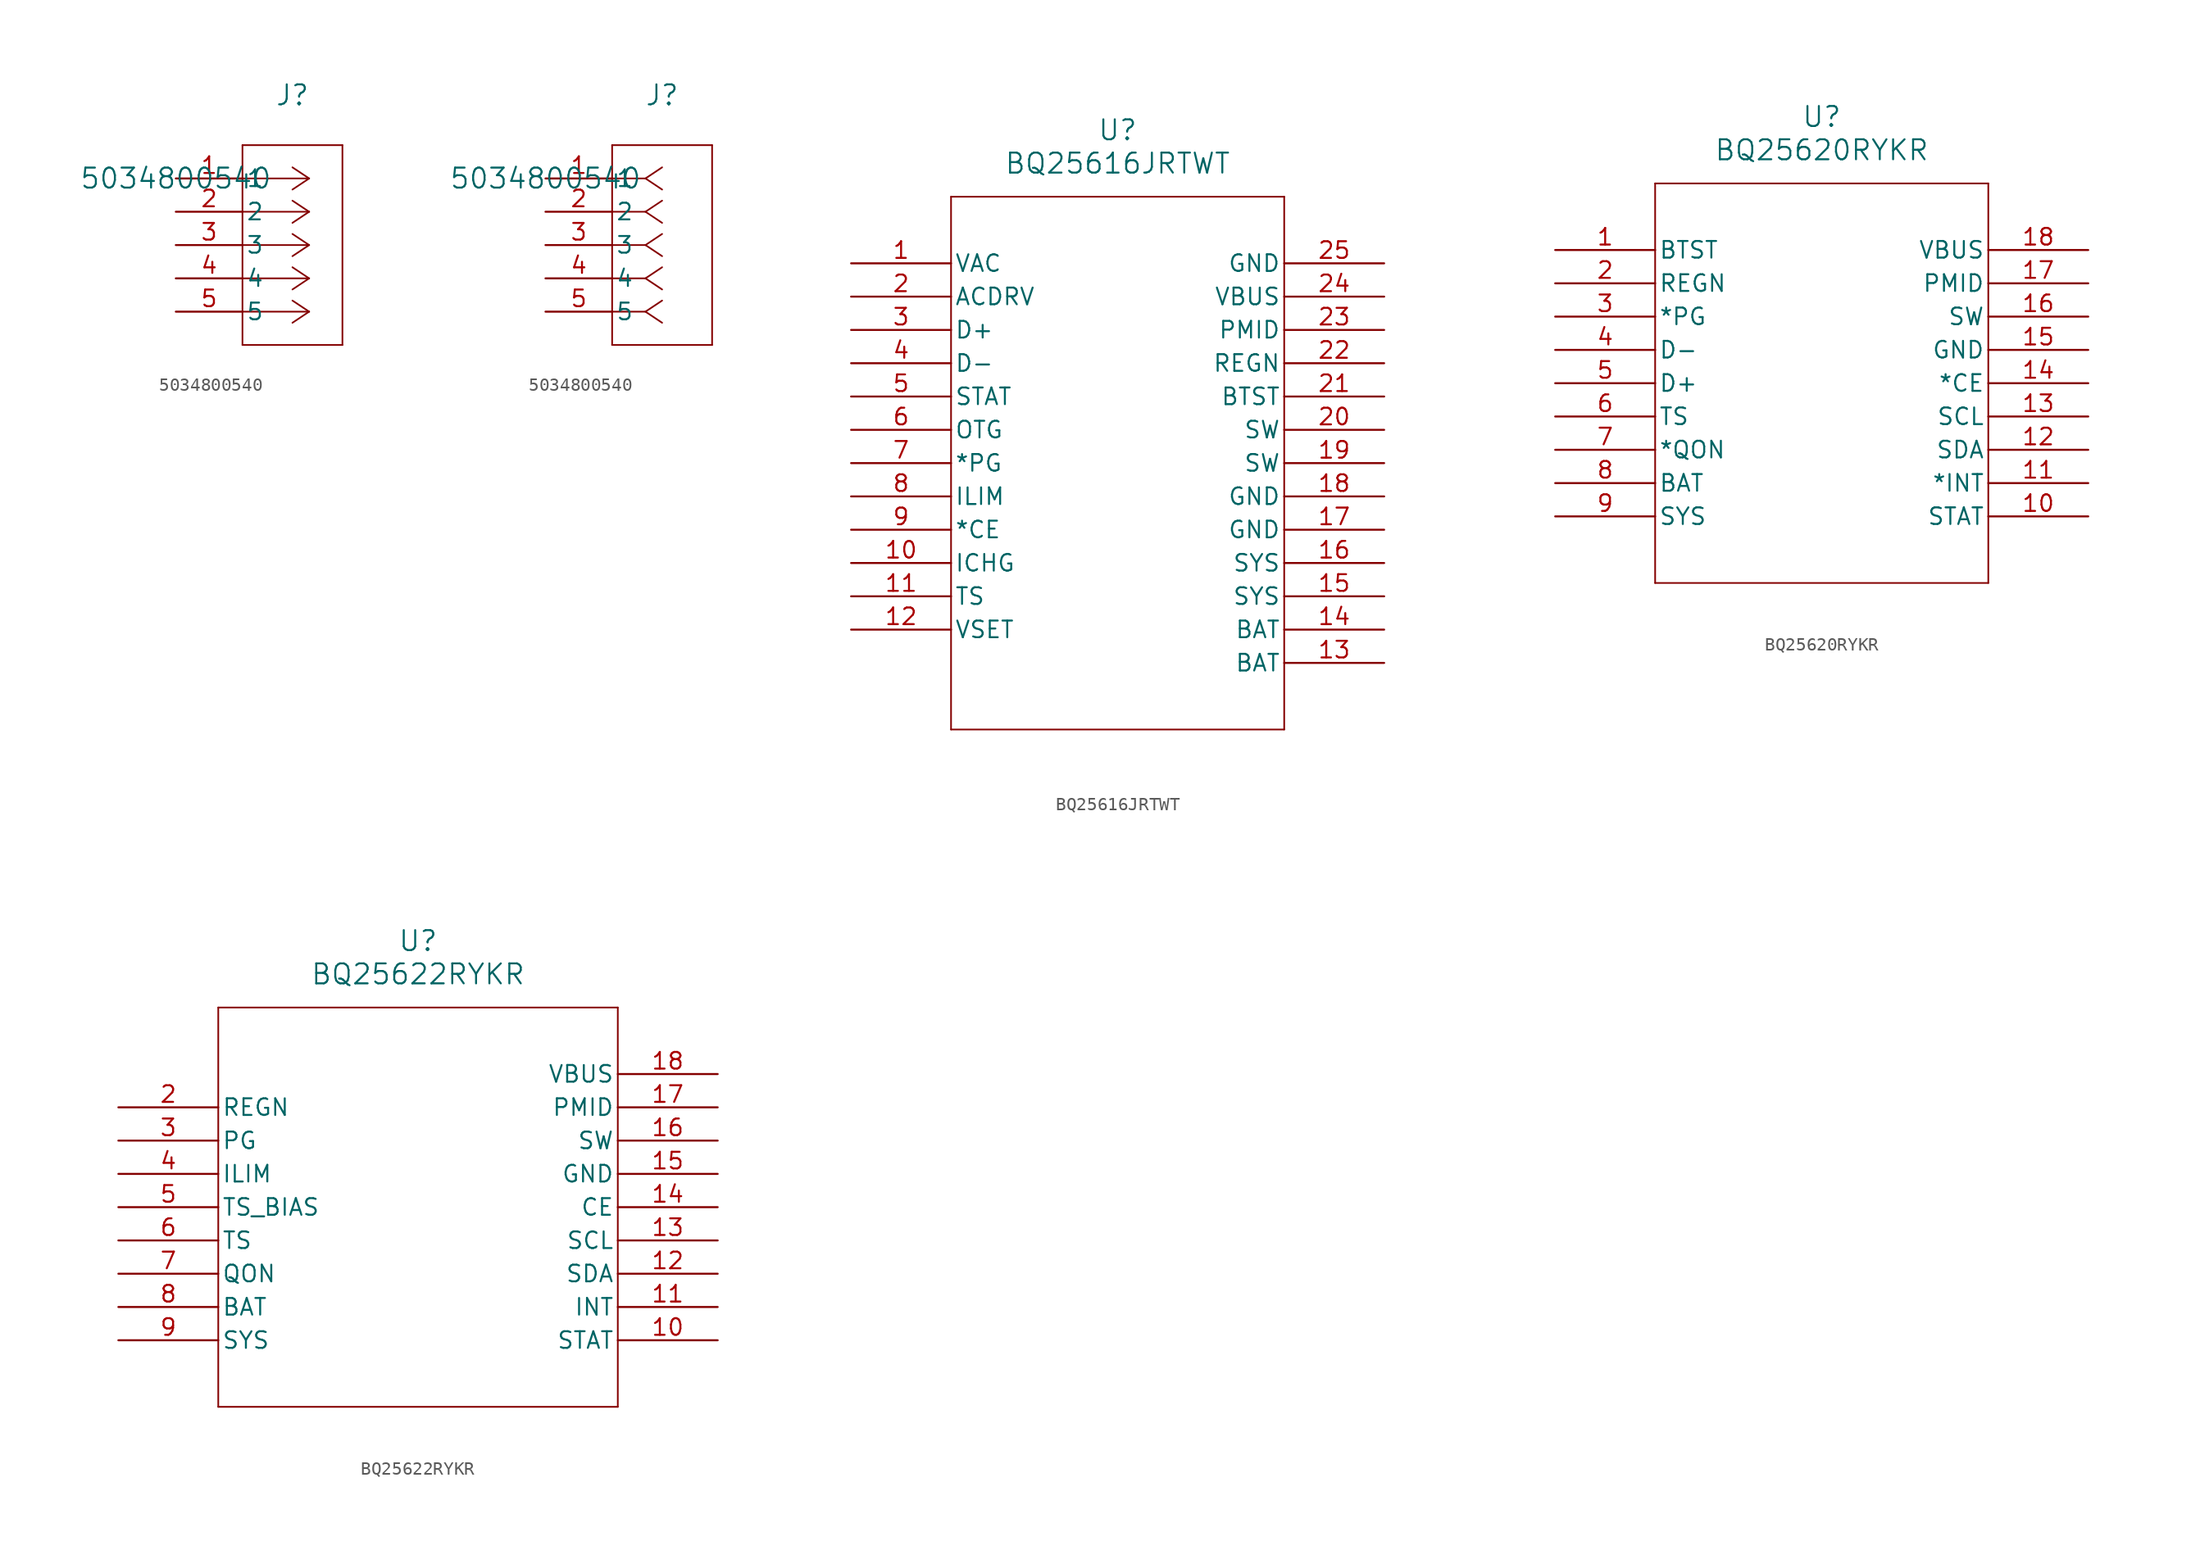
<source format=kicad_sym>
(kicad_symbol_lib
  (version 20241209)
  (generator "kicad_symbol_editor")
  (generator_version "9.0")
  (symbol "5034800540"
    (pin_names
      (offset 0.254))
    (property "Reference" "J"
      (at 8.89 6.35 0)
      (effects (font (size 1.524 1.524))))
    (property "Value" "5034800540"
      (at 0 0 0)
      (effects (font (size 1.524 1.524))))
    (property "ki_locked" ""
      (at 0 0 0)
      (effects (font (size 1.27 1.27))))
    (symbol "5034800540_1_1"
      (polyline (pts (xy 5.08 2.54) (xy 5.08 -12.7)) (stroke (width 0.127) (type default)) (fill (type none)))
      (polyline (pts (xy 5.08 -12.7) (xy 12.7 -12.7)) (stroke (width 0.127) (type default)) (fill (type none)))
      (polyline (pts (xy 10.16 0) (xy 5.08 0)) (stroke (width 0.127) (type default)) (fill (type none)))
      (polyline (pts (xy 10.16 0) (xy 8.89 0.847)) (stroke (width 0.127) (type default)) (fill (type none)))
      (polyline (pts (xy 10.16 0) (xy 8.89 -0.847)) (stroke (width 0.127) (type default)) (fill (type none)))
      (polyline (pts (xy 10.16 -2.54) (xy 5.08 -2.54)) (stroke (width 0.127) (type default)) (fill (type none)))
      (polyline (pts (xy 10.16 -2.54) (xy 8.89 -1.693)) (stroke (width 0.127) (type default)) (fill (type none)))
      (polyline (pts (xy 10.16 -2.54) (xy 8.89 -3.387)) (stroke (width 0.127) (type default)) (fill (type none)))
      (polyline (pts (xy 10.16 -5.08) (xy 5.08 -5.08)) (stroke (width 0.127) (type default)) (fill (type none)))
      (polyline (pts (xy 10.16 -5.08) (xy 8.89 -4.233)) (stroke (width 0.127) (type default)) (fill (type none)))
      (polyline (pts (xy 10.16 -5.08) (xy 8.89 -5.927)) (stroke (width 0.127) (type default)) (fill (type none)))
      (polyline (pts (xy 10.16 -7.62) (xy 5.08 -7.62)) (stroke (width 0.127) (type default)) (fill (type none)))
      (polyline (pts (xy 10.16 -7.62) (xy 8.89 -6.773)) (stroke (width 0.127) (type default)) (fill (type none)))
      (polyline (pts (xy 10.16 -7.62) (xy 8.89 -8.467)) (stroke (width 0.127) (type default)) (fill (type none)))
      (polyline (pts (xy 10.16 -10.16) (xy 5.08 -10.16)) (stroke (width 0.127) (type default)) (fill (type none)))
      (polyline (pts (xy 10.16 -10.16) (xy 8.89 -9.313)) (stroke (width 0.127) (type default)) (fill (type none)))
      (polyline (pts (xy 10.16 -10.16) (xy 8.89 -11.007)) (stroke (width 0.127) (type default)) (fill (type none)))
      (polyline (pts (xy 12.7 2.54) (xy 5.08 2.54)) (stroke (width 0.127) (type default)) (fill (type none)))
      (polyline (pts (xy 12.7 -12.7) (xy 12.7 2.54)) (stroke (width 0.127) (type default)) (fill (type none)))
      (pin unspecified line (at 0 0 0) (length 5.08) (name "1" (effects (font (size 1.27 1.27)))) (number "1" (effects (font (size 1.27 1.27)))))
      (pin unspecified line (at 0 -2.54 0) (length 5.08) (name "2" (effects (font (size 1.27 1.27)))) (number "2" (effects (font (size 1.27 1.27)))))
      (pin unspecified line (at 0 -5.08 0) (length 5.08) (name "3" (effects (font (size 1.27 1.27)))) (number "3" (effects (font (size 1.27 1.27)))))
      (pin unspecified line (at 0 -7.62 0) (length 5.08) (name "4" (effects (font (size 1.27 1.27)))) (number "4" (effects (font (size 1.27 1.27)))))
      (pin unspecified line (at 0 -10.16 0) (length 5.08) (name "5" (effects (font (size 1.27 1.27)))) (number "5" (effects (font (size 1.27 1.27))))))
    (symbol "5034800540_1_2"
      (polyline (pts (xy 5.08 2.54) (xy 5.08 -12.7)) (stroke (width 0.127) (type default)) (fill (type none)))
      (polyline (pts (xy 5.08 -12.7) (xy 12.7 -12.7)) (stroke (width 0.127) (type default)) (fill (type none)))
      (polyline (pts (xy 7.62 0) (xy 5.08 0)) (stroke (width 0.127) (type default)) (fill (type none)))
      (polyline (pts (xy 7.62 0) (xy 8.89 0.847)) (stroke (width 0.127) (type default)) (fill (type none)))
      (polyline (pts (xy 7.62 0) (xy 8.89 -0.847)) (stroke (width 0.127) (type default)) (fill (type none)))
      (polyline (pts (xy 7.62 -2.54) (xy 5.08 -2.54)) (stroke (width 0.127) (type default)) (fill (type none)))
      (polyline (pts (xy 7.62 -2.54) (xy 8.89 -1.693)) (stroke (width 0.127) (type default)) (fill (type none)))
      (polyline (pts (xy 7.62 -2.54) (xy 8.89 -3.387)) (stroke (width 0.127) (type default)) (fill (type none)))
      (polyline (pts (xy 7.62 -5.08) (xy 5.08 -5.08)) (stroke (width 0.127) (type default)) (fill (type none)))
      (polyline (pts (xy 7.62 -5.08) (xy 8.89 -4.233)) (stroke (width 0.127) (type default)) (fill (type none)))
      (polyline (pts (xy 7.62 -5.08) (xy 8.89 -5.927)) (stroke (width 0.127) (type default)) (fill (type none)))
      (polyline (pts (xy 7.62 -7.62) (xy 5.08 -7.62)) (stroke (width 0.127) (type default)) (fill (type none)))
      (polyline (pts (xy 7.62 -7.62) (xy 8.89 -6.773)) (stroke (width 0.127) (type default)) (fill (type none)))
      (polyline (pts (xy 7.62 -7.62) (xy 8.89 -8.467)) (stroke (width 0.127) (type default)) (fill (type none)))
      (polyline (pts (xy 7.62 -10.16) (xy 5.08 -10.16)) (stroke (width 0.127) (type default)) (fill (type none)))
      (polyline (pts (xy 7.62 -10.16) (xy 8.89 -9.313)) (stroke (width 0.127) (type default)) (fill (type none)))
      (polyline (pts (xy 7.62 -10.16) (xy 8.89 -11.007)) (stroke (width 0.127) (type default)) (fill (type none)))
      (polyline (pts (xy 12.7 2.54) (xy 5.08 2.54)) (stroke (width 0.127) (type default)) (fill (type none)))
      (polyline (pts (xy 12.7 -12.7) (xy 12.7 2.54)) (stroke (width 0.127) (type default)) (fill (type none)))
      (pin unspecified line (at 0 0 0) (length 5.08) (name "1" (effects (font (size 1.27 1.27)))) (number "1" (effects (font (size 1.27 1.27)))))
      (pin unspecified line (at 0 -2.54 0) (length 5.08) (name "2" (effects (font (size 1.27 1.27)))) (number "2" (effects (font (size 1.27 1.27)))))
      (pin unspecified line (at 0 -5.08 0) (length 5.08) (name "3" (effects (font (size 1.27 1.27)))) (number "3" (effects (font (size 1.27 1.27)))))
      (pin unspecified line (at 0 -7.62 0) (length 5.08) (name "4" (effects (font (size 1.27 1.27)))) (number "4" (effects (font (size 1.27 1.27)))))
      (pin unspecified line (at 0 -10.16 0) (length 5.08) (name "5" (effects (font (size 1.27 1.27)))) (number "5" (effects (font (size 1.27 1.27)))))))
  (symbol "BQ25616JRTWT"
    (pin_names
      (offset 0.254))
    (property "Reference" "U"
      (at 20.32 10.16 0)
      (effects (font (size 1.524 1.524))))
    (property "Value" "BQ25616JRTWT"
      (at 20.32 7.62 0)
      (effects (font (size 1.524 1.524))))
    (property "ki_locked" ""
      (at 0 0 0)
      (effects (font (size 1.27 1.27))))
    (symbol "BQ25616JRTWT_0_1"
      (polyline (pts (xy 7.62 5.08) (xy 7.62 -35.56)) (stroke (width 0.127) (type default)) (fill (type none)))
      (polyline (pts (xy 7.62 -35.56) (xy 33.02 -35.56)) (stroke (width 0.127) (type default)) (fill (type none)))
      (polyline (pts (xy 33.02 5.08) (xy 7.62 5.08)) (stroke (width 0.127) (type default)) (fill (type none)))
      (polyline (pts (xy 33.02 -35.56) (xy 33.02 5.08)) (stroke (width 0.127) (type default)) (fill (type none)))
      (pin power_in line (at 0 0 0) (length 7.62) (name "VAC" (effects (font (size 1.27 1.27)))) (number "1" (effects (font (size 1.27 1.27)))))
      (pin output line (at 0 -2.54 0) (length 7.62) (name "ACDRV" (effects (font (size 1.27 1.27)))) (number "2" (effects (font (size 1.27 1.27)))))
      (pin bidirectional line (at 0 -5.08 0) (length 7.62) (name "D+" (effects (font (size 1.27 1.27)))) (number "3" (effects (font (size 1.27 1.27)))))
      (pin bidirectional line (at 0 -7.62 0) (length 7.62) (name "D-" (effects (font (size 1.27 1.27)))) (number "4" (effects (font (size 1.27 1.27)))))
      (pin output line (at 0 -10.16 0) (length 7.62) (name "STAT" (effects (font (size 1.27 1.27)))) (number "5" (effects (font (size 1.27 1.27)))))
      (pin input line (at 0 -12.7 0) (length 7.62) (name "OTG" (effects (font (size 1.27 1.27)))) (number "6" (effects (font (size 1.27 1.27)))))
      (pin output line (at 0 -15.24 0) (length 7.62) (name "*PG" (effects (font (size 1.27 1.27)))) (number "7" (effects (font (size 1.27 1.27)))))
      (pin input line (at 0 -17.78 0) (length 7.62) (name "ILIM" (effects (font (size 1.27 1.27)))) (number "8" (effects (font (size 1.27 1.27)))))
      (pin input line (at 0 -20.32 0) (length 7.62) (name "*CE" (effects (font (size 1.27 1.27)))) (number "9" (effects (font (size 1.27 1.27)))))
      (pin input line (at 0 -22.86 0) (length 7.62) (name "ICHG" (effects (font (size 1.27 1.27)))) (number "10" (effects (font (size 1.27 1.27)))))
      (pin input line (at 0 -25.4 0) (length 7.62) (name "TS" (effects (font (size 1.27 1.27)))) (number "11" (effects (font (size 1.27 1.27)))))
      (pin input line (at 0 -27.94 0) (length 7.62) (name "VSET" (effects (font (size 1.27 1.27)))) (number "12" (effects (font (size 1.27 1.27)))))
      (pin power_out line (at 40.64 0 180) (length 7.62) (name "GND" (effects (font (size 1.27 1.27)))) (number "25" (effects (font (size 1.27 1.27)))))
      (pin power_in line (at 40.64 -2.54 180) (length 7.62) (name "VBUS" (effects (font (size 1.27 1.27)))) (number "24" (effects (font (size 1.27 1.27)))))
      (pin power_in line (at 40.64 -5.08 180) (length 7.62) (name "PMID" (effects (font (size 1.27 1.27)))) (number "23" (effects (font (size 1.27 1.27)))))
      (pin power_in line (at 40.64 -7.62 180) (length 7.62) (name "REGN" (effects (font (size 1.27 1.27)))) (number "22" (effects (font (size 1.27 1.27)))))
      (pin power_in line (at 40.64 -10.16 180) (length 7.62) (name "BTST" (effects (font (size 1.27 1.27)))) (number "21" (effects (font (size 1.27 1.27)))))
      (pin power_in line (at 40.64 -12.7 180) (length 7.62) (name "SW" (effects (font (size 1.27 1.27)))) (number "20" (effects (font (size 1.27 1.27)))))
      (pin power_in line (at 40.64 -15.24 180) (length 7.62) (name "SW" (effects (font (size 1.27 1.27)))) (number "19" (effects (font (size 1.27 1.27)))))
      (pin power_out line (at 40.64 -17.78 180) (length 7.62) (name "GND" (effects (font (size 1.27 1.27)))) (number "18" (effects (font (size 1.27 1.27)))))
      (pin power_out line (at 40.64 -20.32 180) (length 7.62) (name "GND" (effects (font (size 1.27 1.27)))) (number "17" (effects (font (size 1.27 1.27)))))
      (pin power_in line (at 40.64 -22.86 180) (length 7.62) (name "SYS" (effects (font (size 1.27 1.27)))) (number "16" (effects (font (size 1.27 1.27)))))
      (pin power_in line (at 40.64 -25.4 180) (length 7.62) (name "SYS" (effects (font (size 1.27 1.27)))) (number "15" (effects (font (size 1.27 1.27)))))
      (pin power_in line (at 40.64 -27.94 180) (length 7.62) (name "BAT" (effects (font (size 1.27 1.27)))) (number "14" (effects (font (size 1.27 1.27)))))
      (pin power_in line (at 40.64 -30.48 180) (length 7.62) (name "BAT" (effects (font (size 1.27 1.27)))) (number "13" (effects (font (size 1.27 1.27)))))))
  (symbol "BQ25620RYKR"
    (pin_names
      (offset 0.254))
    (property "Reference" "U"
      (at 20.32 10.16 0)
      (effects (font (size 1.524 1.524))))
    (property "Value" "BQ25620RYKR"
      (at 20.32 7.62 0)
      (effects (font (size 1.524 1.524))))
    (property "ki_locked" ""
      (at 0 0 0)
      (effects (font (size 1.27 1.27))))
    (symbol "BQ25620RYKR_0_1"
      (polyline (pts (xy 7.62 5.08) (xy 7.62 -25.4)) (stroke (width 0.127) (type default)) (fill (type none)))
      (polyline (pts (xy 7.62 -25.4) (xy 33.02 -25.4)) (stroke (width 0.127) (type default)) (fill (type none)))
      (polyline (pts (xy 33.02 5.08) (xy 7.62 5.08)) (stroke (width 0.127) (type default)) (fill (type none)))
      (polyline (pts (xy 33.02 -25.4) (xy 33.02 5.08)) (stroke (width 0.127) (type default)) (fill (type none)))
      (pin power_in line (at 0 0 0) (length 7.62) (name "BTST" (effects (font (size 1.27 1.27)))) (number "1" (effects (font (size 1.27 1.27)))))
      (pin power_in line (at 0 -2.54 0) (length 7.62) (name "REGN" (effects (font (size 1.27 1.27)))) (number "2" (effects (font (size 1.27 1.27)))))
      (pin output line (at 0 -5.08 0) (length 7.62) (name "*PG" (effects (font (size 1.27 1.27)))) (number "3" (effects (font (size 1.27 1.27)))))
      (pin bidirectional line (at 0 -7.62 0) (length 7.62) (name "D-" (effects (font (size 1.27 1.27)))) (number "4" (effects (font (size 1.27 1.27)))))
      (pin bidirectional line (at 0 -10.16 0) (length 7.62) (name "D+" (effects (font (size 1.27 1.27)))) (number "5" (effects (font (size 1.27 1.27)))))
      (pin input line (at 0 -12.7 0) (length 7.62) (name "TS" (effects (font (size 1.27 1.27)))) (number "6" (effects (font (size 1.27 1.27)))))
      (pin input line (at 0 -15.24 0) (length 7.62) (name "*QON" (effects (font (size 1.27 1.27)))) (number "7" (effects (font (size 1.27 1.27)))))
      (pin power_in line (at 0 -17.78 0) (length 7.62) (name "BAT" (effects (font (size 1.27 1.27)))) (number "8" (effects (font (size 1.27 1.27)))))
      (pin power_in line (at 0 -20.32 0) (length 7.62) (name "SYS" (effects (font (size 1.27 1.27)))) (number "9" (effects (font (size 1.27 1.27)))))
      (pin power_in line (at 40.64 0 180) (length 7.62) (name "VBUS" (effects (font (size 1.27 1.27)))) (number "18" (effects (font (size 1.27 1.27)))))
      (pin power_in line (at 40.64 -2.54 180) (length 7.62) (name "PMID" (effects (font (size 1.27 1.27)))) (number "17" (effects (font (size 1.27 1.27)))))
      (pin power_in line (at 40.64 -5.08 180) (length 7.62) (name "SW" (effects (font (size 1.27 1.27)))) (number "16" (effects (font (size 1.27 1.27)))))
      (pin power_out line (at 40.64 -7.62 180) (length 7.62) (name "GND" (effects (font (size 1.27 1.27)))) (number "15" (effects (font (size 1.27 1.27)))))
      (pin input line (at 40.64 -10.16 180) (length 7.62) (name "*CE" (effects (font (size 1.27 1.27)))) (number "14" (effects (font (size 1.27 1.27)))))
      (pin input line (at 40.64 -12.7 180) (length 7.62) (name "SCL" (effects (font (size 1.27 1.27)))) (number "13" (effects (font (size 1.27 1.27)))))
      (pin bidirectional line (at 40.64 -15.24 180) (length 7.62) (name "SDA" (effects (font (size 1.27 1.27)))) (number "12" (effects (font (size 1.27 1.27)))))
      (pin output line (at 40.64 -17.78 180) (length 7.62) (name "*INT" (effects (font (size 1.27 1.27)))) (number "11" (effects (font (size 1.27 1.27)))))
      (pin output line (at 40.64 -20.32 180) (length 7.62) (name "STAT" (effects (font (size 1.27 1.27)))) (number "10" (effects (font (size 1.27 1.27)))))))
  (symbol "BQ25622RYKR"
    (pin_names
      (offset 0.254))
    (property "Reference" "U"
      (at 22.86 10.16 0)
      (effects (font (size 1.524 1.524))))
    (property "Value" "BQ25622RYKR"
      (at 22.86 7.62 0)
      (effects (font (size 1.524 1.524))))
    (property "ki_locked" ""
      (at 0 0 0)
      (effects (font (size 1.27 1.27))))
    (symbol "BQ25622RYKR_0_1"
      (polyline (pts (xy 7.62 5.08) (xy 7.62 -25.4)) (stroke (width 0.127) (type default)) (fill (type none)))
      (polyline (pts (xy 7.62 -25.4) (xy 38.1 -25.4)) (stroke (width 0.127) (type default)) (fill (type none)))
      (polyline (pts (xy 38.1 5.08) (xy 7.62 5.08)) (stroke (width 0.127) (type default)) (fill (type none)))
      (polyline (pts (xy 38.1 -25.4) (xy 38.1 5.08)) (stroke (width 0.127) (type default)) (fill (type none)))
      (pin unspecified line (at 0 -2.54 0) (length 7.62) (name "REGN" (effects (font (size 1.27 1.27)))) (number "2" (effects (font (size 1.27 1.27)))))
      (pin unspecified line (at 0 -5.08 0) (length 7.62) (name "PG" (effects (font (size 1.27 1.27)))) (number "3" (effects (font (size 1.27 1.27)))))
      (pin unspecified line (at 0 -7.62 0) (length 7.62) (name "ILIM" (effects (font (size 1.27 1.27)))) (number "4" (effects (font (size 1.27 1.27)))))
      (pin unspecified line (at 0 -10.16 0) (length 7.62) (name "TS_BIAS" (effects (font (size 1.27 1.27)))) (number "5" (effects (font (size 1.27 1.27)))))
      (pin unspecified line (at 0 -12.7 0) (length 7.62) (name "TS" (effects (font (size 1.27 1.27)))) (number "6" (effects (font (size 1.27 1.27)))))
      (pin unspecified line (at 0 -15.24 0) (length 7.62) (name "QON" (effects (font (size 1.27 1.27)))) (number "7" (effects (font (size 1.27 1.27)))))
      (pin unspecified line (at 0 -17.78 0) (length 7.62) (name "BAT" (effects (font (size 1.27 1.27)))) (number "8" (effects (font (size 1.27 1.27)))))
      (pin unspecified line (at 0 -20.32 0) (length 7.62) (name "SYS" (effects (font (size 1.27 1.27)))) (number "9" (effects (font (size 1.27 1.27)))))
      (pin unspecified line (at 45.72 0 180) (length 7.62) (name "VBUS" (effects (font (size 1.27 1.27)))) (number "18" (effects (font (size 1.27 1.27)))))
      (pin unspecified line (at 45.72 -2.54 180) (length 7.62) (name "PMID" (effects (font (size 1.27 1.27)))) (number "17" (effects (font (size 1.27 1.27)))))
      (pin unspecified line (at 45.72 -5.08 180) (length 7.62) (name "SW" (effects (font (size 1.27 1.27)))) (number "16" (effects (font (size 1.27 1.27)))))
      (pin power_out line (at 45.72 -7.62 180) (length 7.62) (name "GND" (effects (font (size 1.27 1.27)))) (number "15" (effects (font (size 1.27 1.27)))))
      (pin unspecified line (at 45.72 -10.16 180) (length 7.62) (name "CE" (effects (font (size 1.27 1.27)))) (number "14" (effects (font (size 1.27 1.27)))))
      (pin unspecified line (at 45.72 -12.7 180) (length 7.62) (name "SCL" (effects (font (size 1.27 1.27)))) (number "13" (effects (font (size 1.27 1.27)))))
      (pin unspecified line (at 45.72 -15.24 180) (length 7.62) (name "SDA" (effects (font (size 1.27 1.27)))) (number "12" (effects (font (size 1.27 1.27)))))
      (pin input line (at 45.72 -17.78 180) (length 7.62) (name "INT" (effects (font (size 1.27 1.27)))) (number "11" (effects (font (size 1.27 1.27)))))
      (pin unspecified line (at 45.72 -20.32 180) (length 7.62) (name "STAT" (effects (font (size 1.27 1.27)))) (number "10" (effects (font (size 1.27 1.27))))))))
</source>
